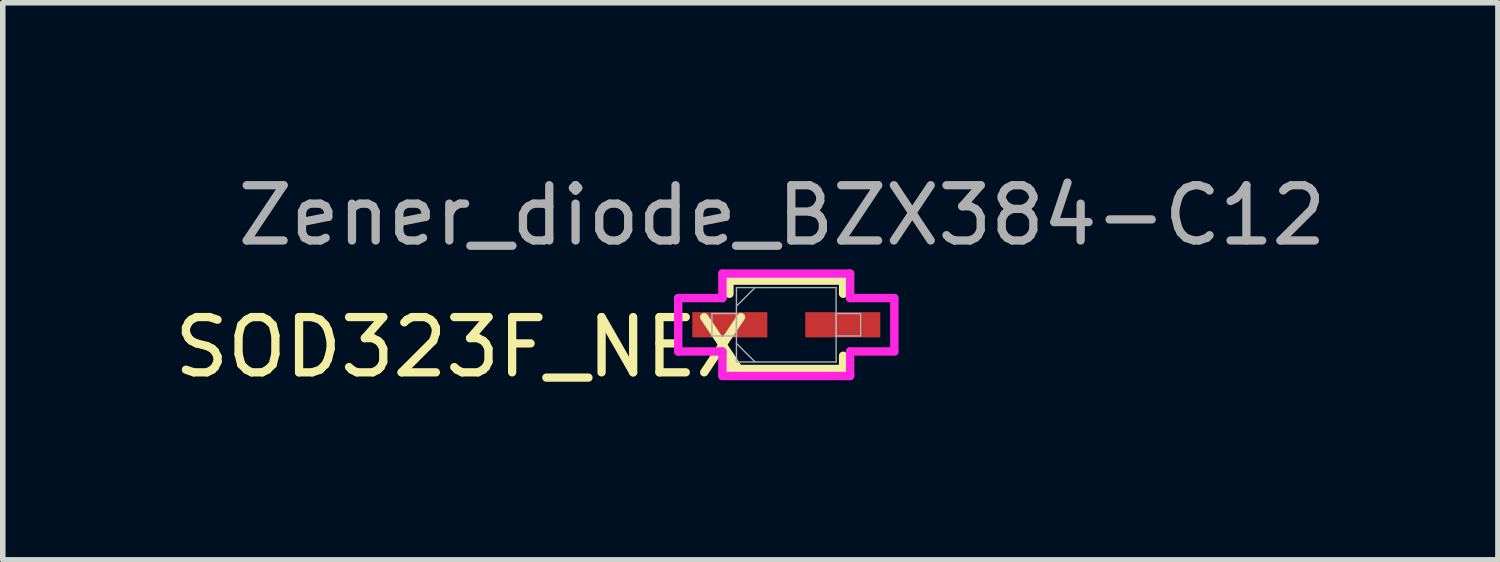
<source format=kicad_pcb>
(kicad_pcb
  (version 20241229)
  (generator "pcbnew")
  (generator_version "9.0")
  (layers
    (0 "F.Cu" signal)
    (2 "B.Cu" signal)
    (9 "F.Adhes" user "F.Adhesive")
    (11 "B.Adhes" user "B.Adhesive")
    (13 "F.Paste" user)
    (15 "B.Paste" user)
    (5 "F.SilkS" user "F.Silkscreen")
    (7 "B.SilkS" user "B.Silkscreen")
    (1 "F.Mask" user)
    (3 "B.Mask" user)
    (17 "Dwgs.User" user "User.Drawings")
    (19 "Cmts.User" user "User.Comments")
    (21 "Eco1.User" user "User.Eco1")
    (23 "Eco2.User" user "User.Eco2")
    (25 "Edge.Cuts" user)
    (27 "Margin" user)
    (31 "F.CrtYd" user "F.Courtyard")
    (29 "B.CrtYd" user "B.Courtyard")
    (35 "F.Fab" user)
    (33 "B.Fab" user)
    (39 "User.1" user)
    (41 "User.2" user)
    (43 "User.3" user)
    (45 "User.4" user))
  (footprint "SOD323F_NEX"
    (layer "F.Cu")
    (at 11.183 2.829)
    (property "Reference" "SOD323F_NEX" (at -5.867 0.406 0) (unlocked yes) (layer "F.SilkS") (effects (font (size 1 1) (thickness 0.15))))
    (attr smd)
    (fp_line (start -1.029 -0.8) (end -1.029 -0.561) (stroke (width 0.152) (type solid)) (layer "F.SilkS"))
    (fp_line (start -1.029 0.561) (end -1.029 0.8) (stroke (width 0.152) (type solid)) (layer "F.SilkS"))
    (fp_line (start -1.029 0.8) (end 1.029 0.8) (stroke (width 0.152) (type solid)) (layer "F.SilkS"))
    (fp_line (start 1.029 -0.8) (end -1.029 -0.8) (stroke (width 0.152) (type solid)) (layer "F.SilkS"))
    (fp_line (start 1.029 -0.561) (end 1.029 -0.8) (stroke (width 0.152) (type solid)) (layer "F.SilkS"))
    (fp_line (start 1.029 0.8) (end 1.029 0.561) (stroke (width 0.152) (type solid)) (layer "F.SilkS"))
    (fp_line (start -1.956 -0.483) (end -1.156 -0.483) (stroke (width 0.152) (type solid)) (layer "F.CrtYd"))
    (fp_line (start -1.956 0.483) (end -1.956 -0.483) (stroke (width 0.152) (type solid)) (layer "F.CrtYd"))
    (fp_line (start -1.156 -0.927) (end 1.156 -0.927) (stroke (width 0.152) (type solid)) (layer "F.CrtYd"))
    (fp_line (start -1.156 -0.483) (end -1.156 -0.927) (stroke (width 0.152) (type solid)) (layer "F.CrtYd"))
    (fp_line (start -1.156 0.483) (end -1.956 0.483) (stroke (width 0.152) (type solid)) (layer "F.CrtYd"))
    (fp_line (start -1.156 0.927) (end -1.156 0.483) (stroke (width 0.152) (type solid)) (layer "F.CrtYd"))
    (fp_line (start 1.156 -0.927) (end 1.156 -0.483) (stroke (width 0.152) (type solid)) (layer "F.CrtYd"))
    (fp_line (start 1.156 -0.483) (end 1.956 -0.483) (stroke (width 0.152) (type solid)) (layer "F.CrtYd"))
    (fp_line (start 1.156 0.483) (end 1.156 0.927) (stroke (width 0.152) (type solid)) (layer "F.CrtYd"))
    (fp_line (start 1.156 0.927) (end -1.156 0.927) (stroke (width 0.152) (type solid)) (layer "F.CrtYd"))
    (fp_line (start 1.956 -0.483) (end 1.956 0.483) (stroke (width 0.152) (type solid)) (layer "F.CrtYd"))
    (fp_line (start 1.956 0.483) (end 1.156 0.483) (stroke (width 0.152) (type solid)) (layer "F.CrtYd"))
    (fp_line (start -1.346 -0.203) (end -1.346 0.203) (stroke (width 0.025) (type solid)) (layer "F.Fab"))
    (fp_line (start -1.346 0.203) (end -0.902 0.203) (stroke (width 0.025) (type solid)) (layer "F.Fab"))
    (fp_line (start -0.902 -0.673) (end -0.902 0.673) (stroke (width 0.025) (type solid)) (layer "F.Fab"))
    (fp_line (start -0.902 -0.337) (end -0.565 -0.673) (stroke (width 0.025) (type solid)) (layer "F.Fab"))
    (fp_line (start -0.902 -0.203) (end -1.346 -0.203) (stroke (width 0.025) (type solid)) (layer "F.Fab"))
    (fp_line (start -0.902 0.203) (end -0.902 -0.203) (stroke (width 0.025) (type solid)) (layer "F.Fab"))
    (fp_line (start -0.902 0.337) (end -0.565 0.673) (stroke (width 0.025) (type solid)) (layer "F.Fab"))
    (fp_line (start -0.902 0.673) (end 0.902 0.673) (stroke (width 0.025) (type solid)) (layer "F.Fab"))
    (fp_line (start 0.902 -0.673) (end -0.902 -0.673) (stroke (width 0.025) (type solid)) (layer "F.Fab"))
    (fp_line (start 0.902 -0.203) (end 0.902 0.203) (stroke (width 0.025) (type solid)) (layer "F.Fab"))
    (fp_line (start 0.902 0.203) (end 1.346 0.203) (stroke (width 0.025) (type solid)) (layer "F.Fab"))
    (fp_line (start 0.902 0.673) (end 0.902 -0.673) (stroke (width 0.025) (type solid)) (layer "F.Fab"))
    (fp_line (start 1.346 -0.203) (end 0.902 -0.203) (stroke (width 0.025) (type solid)) (layer "F.Fab"))
    (fp_line (start 1.346 0.203) (end 1.346 -0.203) (stroke (width 0.025) (type solid)) (layer "F.Fab"))
    (fp_text user "Zener_diode_BZX384-C12" (at -0.076 -1.981 0) (unlocked yes) (layer "F.Fab") (effects (font (size 1 1) (thickness 0.15))))
    (pad "1" smd rect (at -1.022 0) (size 1.359 0.457) (layers "F.Cu" "F.Mask" "F.Paste"))
    (pad "2" smd rect (at 1.022 0) (size 1.359 0.457) (layers "F.Cu" "F.Mask" "F.Paste")))
  (gr_rect
    (start -3 -3)
    (end 24.065 7.084)
    (stroke (width 0.1) (type default))
    (fill no)
    (layer "Edge.Cuts")))
</source>
